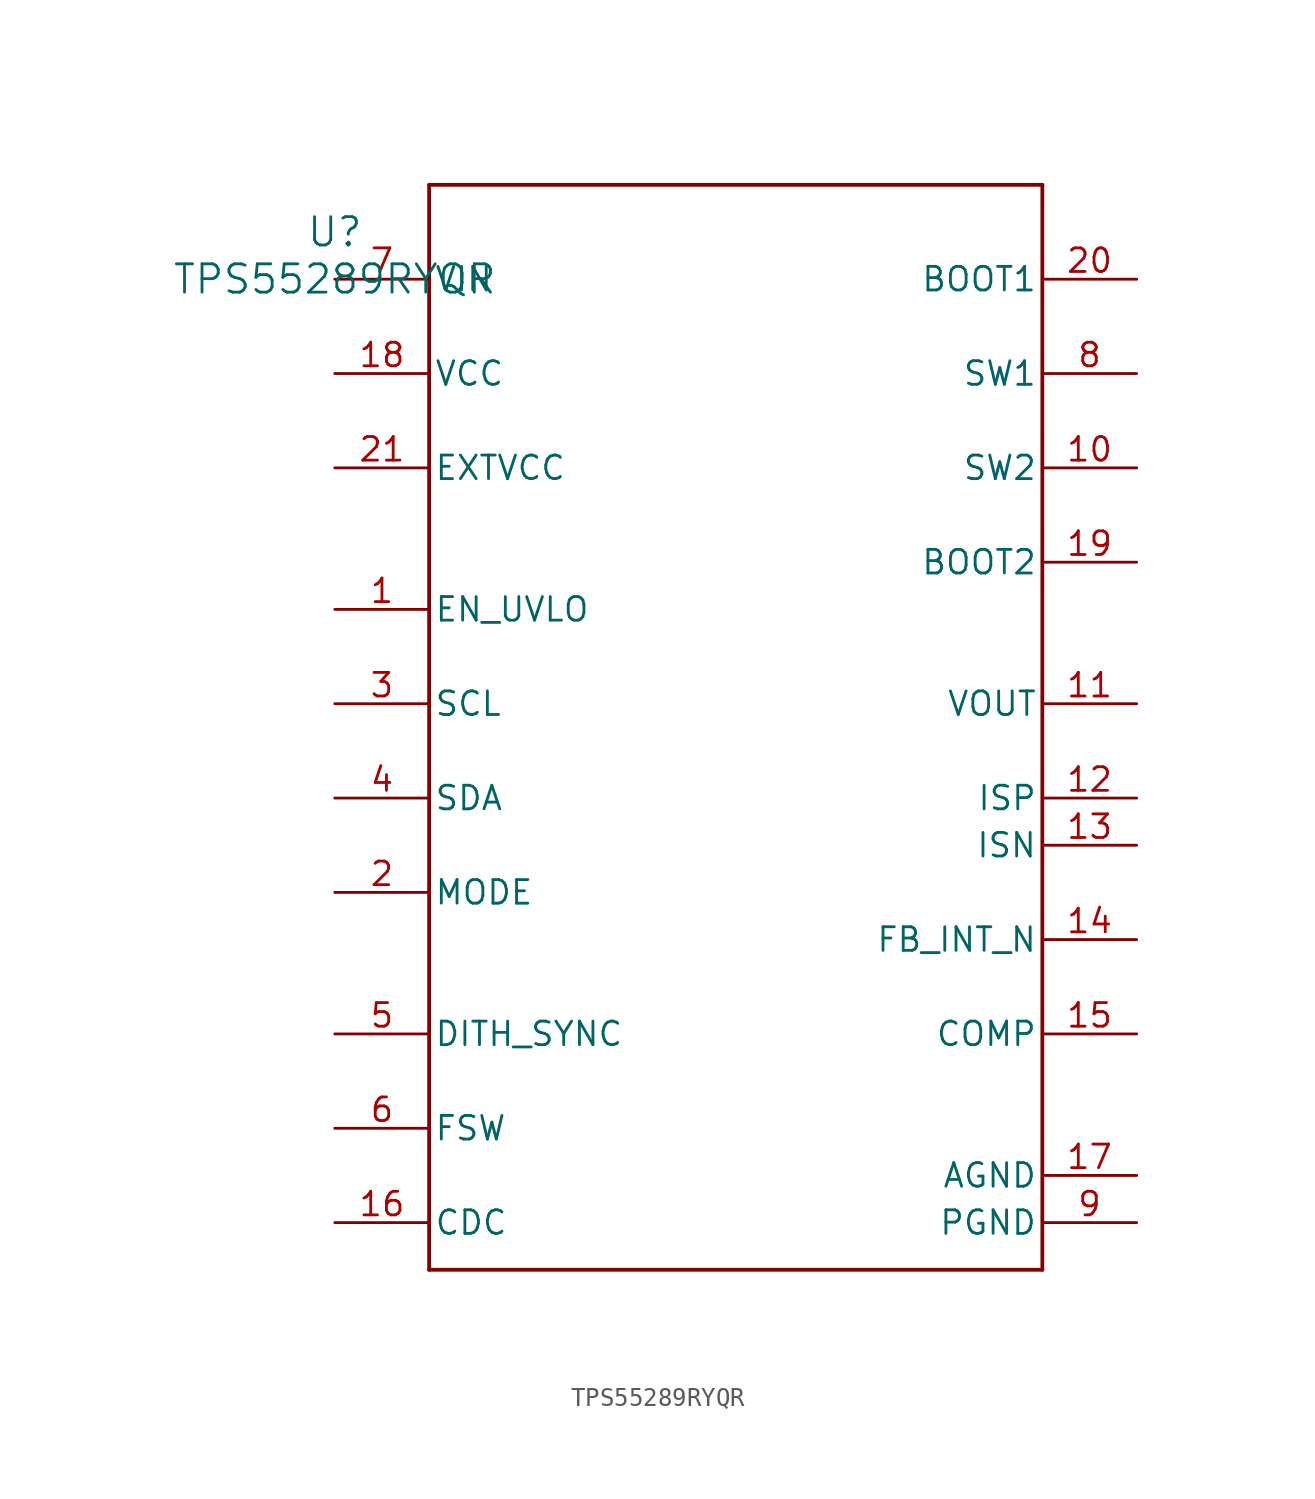
<source format=kicad_sym>
(kicad_symbol_lib
  (version 20241209)
  (generator "kicad_symbol_editor")
  (generator_version "9.0")
  (symbol "TPS55289RYQR"
    (pin_names
      (offset 0.254))
    (property "Reference" "U"
      (at 0 2.54 0)
      (effects (font (size 1.524 1.524))))
    (property "Value" "TPS55289RYQR"
      (at 0 0 0)
      (effects (font (size 1.524 1.524))))
    (symbol "TPS55289RYQR_0_1"
      (polyline (pts (xy 5.08 5.08) (xy 5.08 -53.34)) (stroke (width 0.203) (type default)) (fill (type none)))
      (polyline (pts (xy 5.08 -53.34) (xy 38.1 -53.34)) (stroke (width 0.203) (type default)) (fill (type none)))
      (polyline (pts (xy 38.1 5.08) (xy 5.08 5.08)) (stroke (width 0.203) (type default)) (fill (type none)))
      (polyline (pts (xy 38.1 -53.34) (xy 38.1 5.08)) (stroke (width 0.203) (type default)) (fill (type none)))
      (pin unspecified line (at 0 0 0) (length 5.08) (name "VIN" (effects (font (size 1.27 1.27)))) (number "7" (effects (font (size 1.27 1.27)))))
      (pin unspecified line (at 0 -5.08 0) (length 5.08) (name "VCC" (effects (font (size 1.27 1.27)))) (number "18" (effects (font (size 1.27 1.27)))))
      (pin unspecified line (at 0 -10.16 0) (length 5.08) (name "EXTVCC" (effects (font (size 1.27 1.27)))) (number "21" (effects (font (size 1.27 1.27)))))
      (pin unspecified line (at 0 -17.78 0) (length 5.08) (name "EN_UVLO" (effects (font (size 1.27 1.27)))) (number "1" (effects (font (size 1.27 1.27)))))
      (pin unspecified line (at 0 -22.86 0) (length 5.08) (name "SCL" (effects (font (size 1.27 1.27)))) (number "3" (effects (font (size 1.27 1.27)))))
      (pin unspecified line (at 0 -27.94 0) (length 5.08) (name "SDA" (effects (font (size 1.27 1.27)))) (number "4" (effects (font (size 1.27 1.27)))))
      (pin unspecified line (at 0 -33.02 0) (length 5.08) (name "MODE" (effects (font (size 1.27 1.27)))) (number "2" (effects (font (size 1.27 1.27)))))
      (pin unspecified line (at 0 -40.64 0) (length 5.08) (name "DITH_SYNC" (effects (font (size 1.27 1.27)))) (number "5" (effects (font (size 1.27 1.27)))))
      (pin unspecified line (at 0 -45.72 0) (length 5.08) (name "FSW" (effects (font (size 1.27 1.27)))) (number "6" (effects (font (size 1.27 1.27)))))
      (pin unspecified line (at 0 -50.8 0) (length 5.08) (name "CDC" (effects (font (size 1.27 1.27)))) (number "16" (effects (font (size 1.27 1.27)))))
      (pin unspecified line (at 43.18 0 180) (length 5.08) (name "BOOT1" (effects (font (size 1.27 1.27)))) (number "20" (effects (font (size 1.27 1.27)))))
      (pin unspecified line (at 43.18 -5.08 180) (length 5.08) (name "SW1" (effects (font (size 1.27 1.27)))) (number "8" (effects (font (size 1.27 1.27)))))
      (pin unspecified line (at 43.18 -10.16 180) (length 5.08) (name "SW2" (effects (font (size 1.27 1.27)))) (number "10" (effects (font (size 1.27 1.27)))))
      (pin unspecified line (at 43.18 -15.24 180) (length 5.08) (name "BOOT2" (effects (font (size 1.27 1.27)))) (number "19" (effects (font (size 1.27 1.27)))))
      (pin unspecified line (at 43.18 -22.86 180) (length 5.08) (name "VOUT" (effects (font (size 1.27 1.27)))) (number "11" (effects (font (size 1.27 1.27)))))
      (pin unspecified line (at 43.18 -27.94 180) (length 5.08) (name "ISP" (effects (font (size 1.27 1.27)))) (number "12" (effects (font (size 1.27 1.27)))))
      (pin unspecified line (at 43.18 -30.48 180) (length 5.08) (name "ISN" (effects (font (size 1.27 1.27)))) (number "13" (effects (font (size 1.27 1.27)))))
      (pin unspecified line (at 43.18 -35.56 180) (length 5.08) (name "FB_INT_N" (effects (font (size 1.27 1.27)))) (number "14" (effects (font (size 1.27 1.27)))))
      (pin unspecified line (at 43.18 -40.64 180) (length 5.08) (name "COMP" (effects (font (size 1.27 1.27)))) (number "15" (effects (font (size 1.27 1.27)))))
      (pin unspecified line (at 43.18 -48.26 180) (length 5.08) (name "AGND" (effects (font (size 1.27 1.27)))) (number "17" (effects (font (size 1.27 1.27)))))
      (pin unspecified line (at 43.18 -50.8 180) (length 5.08) (name "PGND" (effects (font (size 1.27 1.27)))) (number "9" (effects (font (size 1.27 1.27))))))))
</source>
